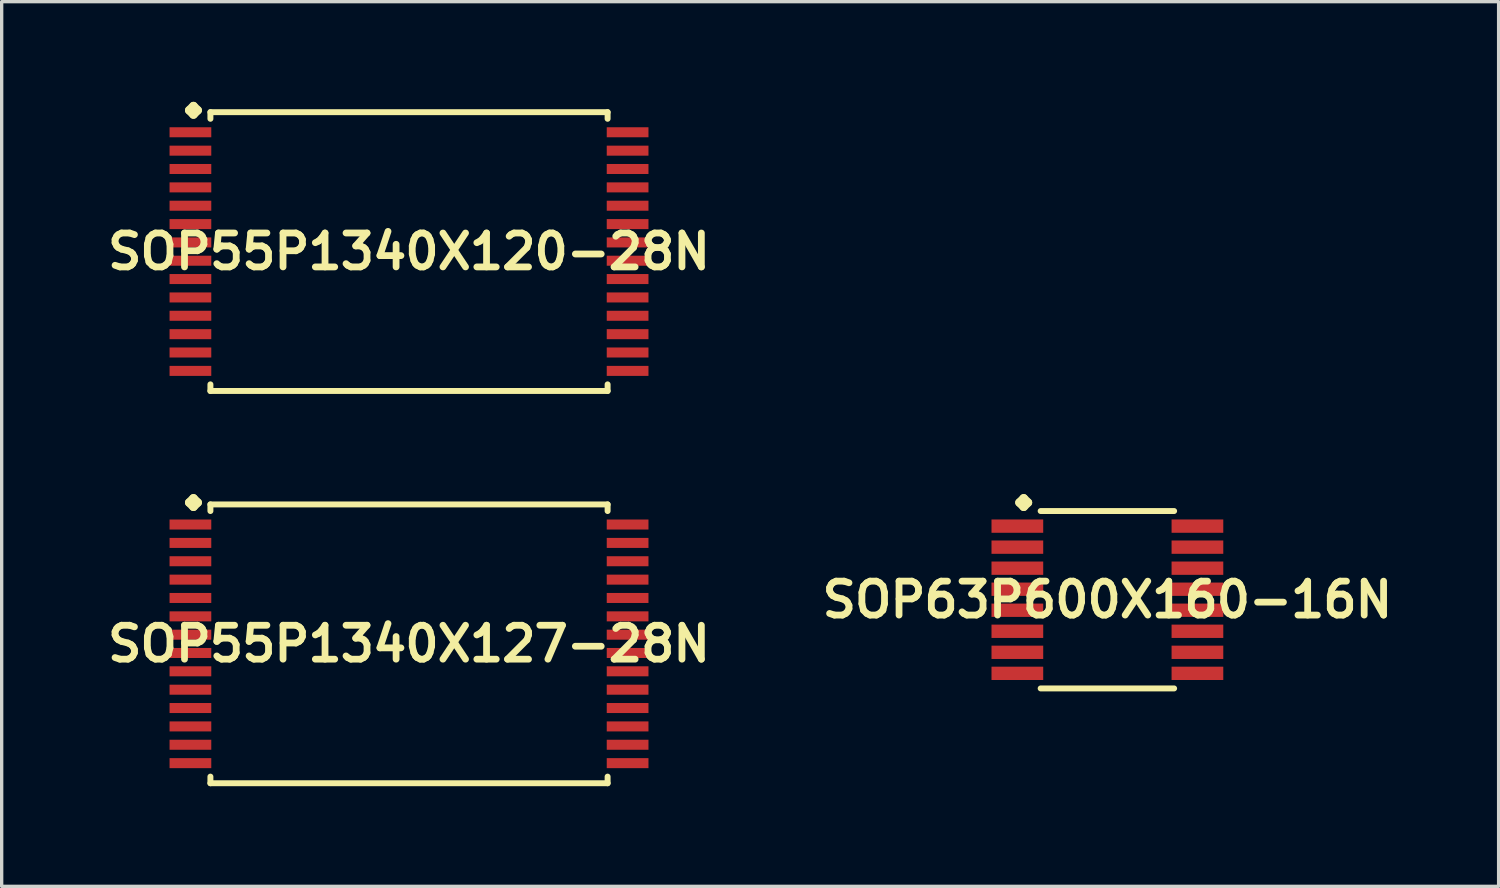
<source format=kicad_pcb>
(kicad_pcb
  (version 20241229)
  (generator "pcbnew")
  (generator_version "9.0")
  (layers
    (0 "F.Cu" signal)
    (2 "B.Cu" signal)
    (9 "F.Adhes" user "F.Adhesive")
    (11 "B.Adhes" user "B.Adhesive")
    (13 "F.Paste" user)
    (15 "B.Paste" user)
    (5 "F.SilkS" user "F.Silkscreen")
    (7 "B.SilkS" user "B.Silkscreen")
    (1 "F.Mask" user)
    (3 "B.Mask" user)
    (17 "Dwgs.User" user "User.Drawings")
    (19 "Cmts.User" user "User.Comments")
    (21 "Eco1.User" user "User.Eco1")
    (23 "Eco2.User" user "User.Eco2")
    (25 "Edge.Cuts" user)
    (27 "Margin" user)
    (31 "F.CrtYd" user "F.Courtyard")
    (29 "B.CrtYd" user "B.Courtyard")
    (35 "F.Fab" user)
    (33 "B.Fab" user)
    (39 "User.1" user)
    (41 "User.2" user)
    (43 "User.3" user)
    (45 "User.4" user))
  (footprint "SOP55P1340X120-28N"
    (layer "F.Cu")
    (at 9.202 4.486)
    (property "Reference" "SOP55P1340X120-28N" (at 0 0 0) (layer "F.SilkS") (effects (font (size 1.016 1.016) (thickness 0.203))))
    (attr smd)
    (fp_line (start -6.584 -4.232) (end -6.457 -4.359) (stroke (width 0.254) (type solid)) (layer "F.SilkS"))
    (fp_line (start -6.457 -4.359) (end -6.33 -4.232) (stroke (width 0.254) (type solid)) (layer "F.SilkS"))
    (fp_line (start -6.457 -4.105) (end -6.584 -4.232) (stroke (width 0.254) (type solid)) (layer "F.SilkS"))
    (fp_line (start -6.33 -4.232) (end -6.457 -4.105) (stroke (width 0.254) (type solid)) (layer "F.SilkS"))
    (fp_line (start -5.949 -4.176) (end 5.949 -4.176) (stroke (width 0.178) (type solid)) (layer "F.SilkS"))
    (fp_line (start -5.949 -3.978) (end -5.949 -4.176) (stroke (width 0.178) (type solid)) (layer "F.SilkS"))
    (fp_line (start -5.949 3.978) (end -5.949 4.176) (stroke (width 0.178) (type solid)) (layer "F.SilkS"))
    (fp_line (start -5.949 4.176) (end 5.949 4.176) (stroke (width 0.178) (type solid)) (layer "F.SilkS"))
    (fp_line (start 5.949 -4.176) (end 5.949 -3.978) (stroke (width 0.178) (type solid)) (layer "F.SilkS"))
    (fp_line (start 5.949 4.176) (end 5.949 3.978) (stroke (width 0.178) (type solid)) (layer "F.SilkS"))
    (pad "1" smd rect (at -6.548 -3.574) (size 1.25 0.3) (layers "F.Cu" "F.Mask" "F.Paste"))
    (pad "2" smd rect (at -6.548 -3.023) (size 1.25 0.3) (layers "F.Cu" "F.Mask" "F.Paste"))
    (pad "3" smd rect (at -6.548 -2.474) (size 1.25 0.3) (layers "F.Cu" "F.Mask" "F.Paste"))
    (pad "4" smd rect (at -6.548 -1.923) (size 1.25 0.3) (layers "F.Cu" "F.Mask" "F.Paste"))
    (pad "5" smd rect (at -6.548 -1.374) (size 1.25 0.3) (layers "F.Cu" "F.Mask" "F.Paste"))
    (pad "6" smd rect (at -6.548 -0.823) (size 1.25 0.3) (layers "F.Cu" "F.Mask" "F.Paste"))
    (pad "7" smd rect (at -6.548 -0.274) (size 1.25 0.3) (layers "F.Cu" "F.Mask" "F.Paste"))
    (pad "8" smd rect (at -6.548 0.274) (size 1.25 0.3) (layers "F.Cu" "F.Mask" "F.Paste"))
    (pad "9" smd rect (at -6.548 0.823) (size 1.25 0.3) (layers "F.Cu" "F.Mask" "F.Paste"))
    (pad "10" smd rect (at -6.548 1.374) (size 1.25 0.3) (layers "F.Cu" "F.Mask" "F.Paste"))
    (pad "11" smd rect (at -6.548 1.923) (size 1.25 0.3) (layers "F.Cu" "F.Mask" "F.Paste"))
    (pad "12" smd rect (at -6.548 2.474) (size 1.25 0.3) (layers "F.Cu" "F.Mask" "F.Paste"))
    (pad "13" smd rect (at -6.548 3.023) (size 1.25 0.3) (layers "F.Cu" "F.Mask" "F.Paste"))
    (pad "14" smd rect (at -6.548 3.574) (size 1.25 0.3) (layers "F.Cu" "F.Mask" "F.Paste"))
    (pad "15" smd rect (at 6.548 3.574) (size 1.25 0.3) (layers "F.Cu" "F.Mask" "F.Paste"))
    (pad "16" smd rect (at 6.548 3.023) (size 1.25 0.3) (layers "F.Cu" "F.Mask" "F.Paste"))
    (pad "17" smd rect (at 6.548 2.474) (size 1.25 0.3) (layers "F.Cu" "F.Mask" "F.Paste"))
    (pad "18" smd rect (at 6.548 1.923) (size 1.25 0.3) (layers "F.Cu" "F.Mask" "F.Paste"))
    (pad "19" smd rect (at 6.548 1.374) (size 1.25 0.3) (layers "F.Cu" "F.Mask" "F.Paste"))
    (pad "20" smd rect (at 6.548 0.823) (size 1.25 0.3) (layers "F.Cu" "F.Mask" "F.Paste"))
    (pad "21" smd rect (at 6.548 0.274) (size 1.25 0.3) (layers "F.Cu" "F.Mask" "F.Paste"))
    (pad "22" smd rect (at 6.548 -0.274) (size 1.25 0.3) (layers "F.Cu" "F.Mask" "F.Paste"))
    (pad "23" smd rect (at 6.548 -0.823) (size 1.25 0.3) (layers "F.Cu" "F.Mask" "F.Paste"))
    (pad "24" smd rect (at 6.548 -1.374) (size 1.25 0.3) (layers "F.Cu" "F.Mask" "F.Paste"))
    (pad "25" smd rect (at 6.548 -1.923) (size 1.25 0.3) (layers "F.Cu" "F.Mask" "F.Paste"))
    (pad "26" smd rect (at 6.548 -2.474) (size 1.25 0.3) (layers "F.Cu" "F.Mask" "F.Paste"))
    (pad "27" smd rect (at 6.548 -3.023) (size 1.25 0.3) (layers "F.Cu" "F.Mask" "F.Paste"))
    (pad "28" smd rect (at 6.548 -3.574) (size 1.25 0.3) (layers "F.Cu" "F.Mask" "F.Paste")))
  (footprint "SOP55P1340X127-28N"
    (layer "F.Cu")
    (at 9.202 16.236)
    (property "Reference" "SOP55P1340X127-28N" (at 0 0 0) (layer "F.SilkS") (effects (font (size 1.016 1.016) (thickness 0.203))))
    (attr smd)
    (fp_line (start -6.584 -4.232) (end -6.457 -4.359) (stroke (width 0.254) (type solid)) (layer "F.SilkS"))
    (fp_line (start -6.457 -4.359) (end -6.33 -4.232) (stroke (width 0.254) (type solid)) (layer "F.SilkS"))
    (fp_line (start -6.457 -4.105) (end -6.584 -4.232) (stroke (width 0.254) (type solid)) (layer "F.SilkS"))
    (fp_line (start -6.33 -4.232) (end -6.457 -4.105) (stroke (width 0.254) (type solid)) (layer "F.SilkS"))
    (fp_line (start -5.949 -4.176) (end 5.949 -4.176) (stroke (width 0.178) (type solid)) (layer "F.SilkS"))
    (fp_line (start -5.949 -3.978) (end -5.949 -4.176) (stroke (width 0.178) (type solid)) (layer "F.SilkS"))
    (fp_line (start -5.949 3.978) (end -5.949 4.176) (stroke (width 0.178) (type solid)) (layer "F.SilkS"))
    (fp_line (start -5.949 4.176) (end 5.949 4.176) (stroke (width 0.178) (type solid)) (layer "F.SilkS"))
    (fp_line (start 5.949 -4.176) (end 5.949 -3.978) (stroke (width 0.178) (type solid)) (layer "F.SilkS"))
    (fp_line (start 5.949 4.176) (end 5.949 3.978) (stroke (width 0.178) (type solid)) (layer "F.SilkS"))
    (pad "1" smd rect (at -6.548 -3.574) (size 1.25 0.3) (layers "F.Cu" "F.Mask" "F.Paste"))
    (pad "2" smd rect (at -6.548 -3.023) (size 1.25 0.3) (layers "F.Cu" "F.Mask" "F.Paste"))
    (pad "3" smd rect (at -6.548 -2.474) (size 1.25 0.3) (layers "F.Cu" "F.Mask" "F.Paste"))
    (pad "4" smd rect (at -6.548 -1.923) (size 1.25 0.3) (layers "F.Cu" "F.Mask" "F.Paste"))
    (pad "5" smd rect (at -6.548 -1.374) (size 1.25 0.3) (layers "F.Cu" "F.Mask" "F.Paste"))
    (pad "6" smd rect (at -6.548 -0.823) (size 1.25 0.3) (layers "F.Cu" "F.Mask" "F.Paste"))
    (pad "7" smd rect (at -6.548 -0.274) (size 1.25 0.3) (layers "F.Cu" "F.Mask" "F.Paste"))
    (pad "8" smd rect (at -6.548 0.274) (size 1.25 0.3) (layers "F.Cu" "F.Mask" "F.Paste"))
    (pad "9" smd rect (at -6.548 0.823) (size 1.25 0.3) (layers "F.Cu" "F.Mask" "F.Paste"))
    (pad "10" smd rect (at -6.548 1.374) (size 1.25 0.3) (layers "F.Cu" "F.Mask" "F.Paste"))
    (pad "11" smd rect (at -6.548 1.923) (size 1.25 0.3) (layers "F.Cu" "F.Mask" "F.Paste"))
    (pad "12" smd rect (at -6.548 2.474) (size 1.25 0.3) (layers "F.Cu" "F.Mask" "F.Paste"))
    (pad "13" smd rect (at -6.548 3.023) (size 1.25 0.3) (layers "F.Cu" "F.Mask" "F.Paste"))
    (pad "14" smd rect (at -6.548 3.574) (size 1.25 0.3) (layers "F.Cu" "F.Mask" "F.Paste"))
    (pad "15" smd rect (at 6.548 3.574) (size 1.25 0.3) (layers "F.Cu" "F.Mask" "F.Paste"))
    (pad "16" smd rect (at 6.548 3.023) (size 1.25 0.3) (layers "F.Cu" "F.Mask" "F.Paste"))
    (pad "17" smd rect (at 6.548 2.474) (size 1.25 0.3) (layers "F.Cu" "F.Mask" "F.Paste"))
    (pad "18" smd rect (at 6.548 1.923) (size 1.25 0.3) (layers "F.Cu" "F.Mask" "F.Paste"))
    (pad "19" smd rect (at 6.548 1.374) (size 1.25 0.3) (layers "F.Cu" "F.Mask" "F.Paste"))
    (pad "20" smd rect (at 6.548 0.823) (size 1.25 0.3) (layers "F.Cu" "F.Mask" "F.Paste"))
    (pad "21" smd rect (at 6.548 0.274) (size 1.25 0.3) (layers "F.Cu" "F.Mask" "F.Paste"))
    (pad "22" smd rect (at 6.548 -0.274) (size 1.25 0.3) (layers "F.Cu" "F.Mask" "F.Paste"))
    (pad "23" smd rect (at 6.548 -0.823) (size 1.25 0.3) (layers "F.Cu" "F.Mask" "F.Paste"))
    (pad "24" smd rect (at 6.548 -1.374) (size 1.25 0.3) (layers "F.Cu" "F.Mask" "F.Paste"))
    (pad "25" smd rect (at 6.548 -1.923) (size 1.25 0.3) (layers "F.Cu" "F.Mask" "F.Paste"))
    (pad "26" smd rect (at 6.548 -2.474) (size 1.25 0.3) (layers "F.Cu" "F.Mask" "F.Paste"))
    (pad "27" smd rect (at 6.548 -3.023) (size 1.25 0.3) (layers "F.Cu" "F.Mask" "F.Paste"))
    (pad "28" smd rect (at 6.548 -3.574) (size 1.25 0.3) (layers "F.Cu" "F.Mask" "F.Paste")))
  (footprint "SOP63P600X160-16N"
    (layer "F.Cu")
    (at 30.122 14.915)
    (property "Reference" "SOP63P600X160-16N" (at 0 0 0) (layer "F.SilkS") (effects (font (size 1.016 1.016) (thickness 0.203))))
    (attr smd)
    (fp_line (start -2.634 -2.911) (end -2.507 -3.038) (stroke (width 0.254) (type solid)) (layer "F.SilkS"))
    (fp_line (start -2.507 -3.038) (end -2.38 -2.911) (stroke (width 0.254) (type solid)) (layer "F.SilkS"))
    (fp_line (start -2.507 -2.784) (end -2.634 -2.911) (stroke (width 0.254) (type solid)) (layer "F.SilkS"))
    (fp_line (start -2.38 -2.911) (end -2.507 -2.784) (stroke (width 0.254) (type solid)) (layer "F.SilkS"))
    (fp_line (start -1.999 -2.657) (end 1.999 -2.657) (stroke (width 0.178) (type solid)) (layer "F.SilkS"))
    (fp_line (start -1.999 2.657) (end 1.999 2.657) (stroke (width 0.178) (type solid)) (layer "F.SilkS"))
    (pad "1" smd rect (at -2.697 -2.205) (size 1.549 0.399) (layers "F.Cu" "F.Mask" "F.Paste"))
    (pad "2" smd rect (at -2.697 -1.575) (size 1.549 0.399) (layers "F.Cu" "F.Mask" "F.Paste"))
    (pad "3" smd rect (at -2.697 -0.945) (size 1.549 0.399) (layers "F.Cu" "F.Mask" "F.Paste"))
    (pad "4" smd rect (at -2.697 -0.315) (size 1.549 0.399) (layers "F.Cu" "F.Mask" "F.Paste"))
    (pad "5" smd rect (at -2.697 0.315) (size 1.549 0.399) (layers "F.Cu" "F.Mask" "F.Paste"))
    (pad "6" smd rect (at -2.697 0.945) (size 1.549 0.399) (layers "F.Cu" "F.Mask" "F.Paste"))
    (pad "7" smd rect (at -2.697 1.575) (size 1.549 0.399) (layers "F.Cu" "F.Mask" "F.Paste"))
    (pad "8" smd rect (at -2.697 2.205) (size 1.549 0.399) (layers "F.Cu" "F.Mask" "F.Paste"))
    (pad "9" smd rect (at 2.697 2.205) (size 1.549 0.399) (layers "F.Cu" "F.Mask" "F.Paste"))
    (pad "10" smd rect (at 2.697 1.575) (size 1.549 0.399) (layers "F.Cu" "F.Mask" "F.Paste"))
    (pad "11" smd rect (at 2.697 0.945) (size 1.549 0.399) (layers "F.Cu" "F.Mask" "F.Paste"))
    (pad "12" smd rect (at 2.697 0.315) (size 1.549 0.399) (layers "F.Cu" "F.Mask" "F.Paste"))
    (pad "13" smd rect (at 2.697 -0.315) (size 1.549 0.399) (layers "F.Cu" "F.Mask" "F.Paste"))
    (pad "14" smd rect (at 2.697 -0.945) (size 1.549 0.399) (layers "F.Cu" "F.Mask" "F.Paste"))
    (pad "15" smd rect (at 2.697 -1.575) (size 1.549 0.399) (layers "F.Cu" "F.Mask" "F.Paste"))
    (pad "16" smd rect (at 2.697 -2.205) (size 1.549 0.399) (layers "F.Cu" "F.Mask" "F.Paste")))
  (gr_rect
    (start -3 -3)
    (end 41.841 23.501)
    (stroke (width 0.1) (type default))
    (fill no)
    (layer "Edge.Cuts")))
</source>
